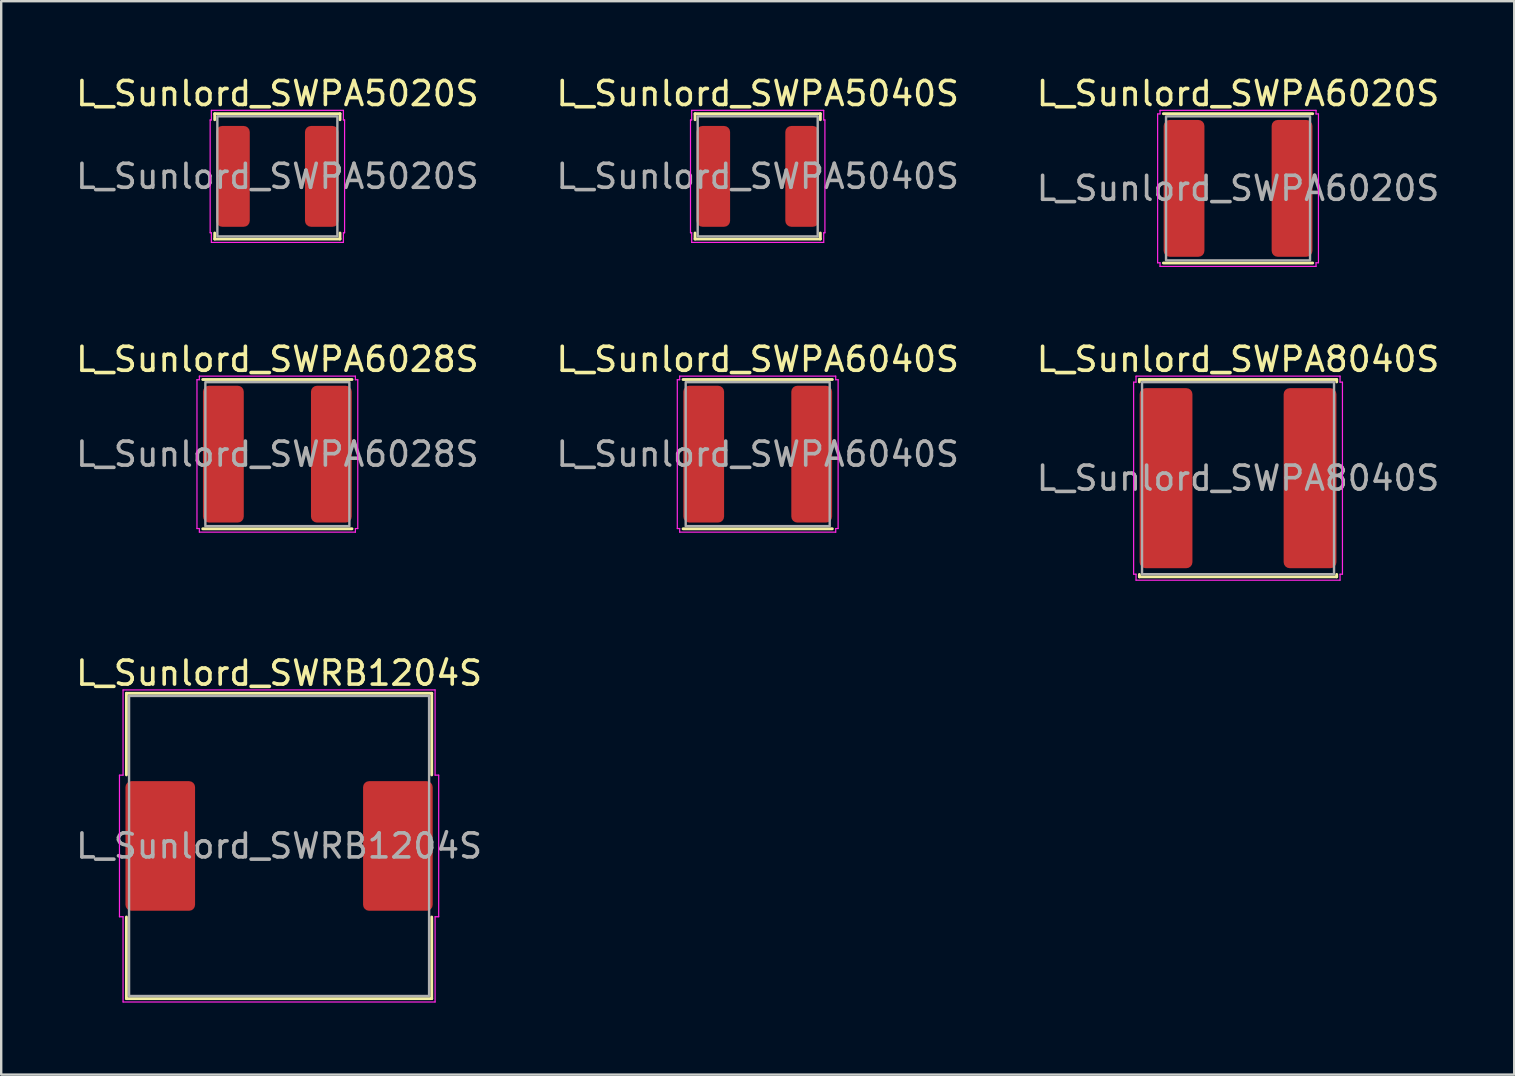
<source format=kicad_pcb>
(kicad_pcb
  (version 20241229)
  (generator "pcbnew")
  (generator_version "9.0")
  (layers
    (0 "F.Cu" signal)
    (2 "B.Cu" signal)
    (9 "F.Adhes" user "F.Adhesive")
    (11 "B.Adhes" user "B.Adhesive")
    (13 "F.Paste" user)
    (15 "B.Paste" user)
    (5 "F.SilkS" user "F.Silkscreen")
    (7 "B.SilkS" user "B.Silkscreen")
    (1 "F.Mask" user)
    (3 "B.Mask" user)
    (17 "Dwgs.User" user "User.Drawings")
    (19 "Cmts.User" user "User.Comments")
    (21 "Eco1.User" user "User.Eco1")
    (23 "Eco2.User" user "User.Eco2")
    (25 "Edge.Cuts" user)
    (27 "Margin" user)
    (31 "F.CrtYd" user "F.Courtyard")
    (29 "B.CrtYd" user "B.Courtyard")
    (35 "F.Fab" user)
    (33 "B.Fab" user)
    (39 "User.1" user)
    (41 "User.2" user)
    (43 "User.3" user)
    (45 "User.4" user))
  (footprint "L_Sunlord_SWPA6020S"
    (layer "F.Cu")
    (at 48.53 4.798)
    (property "Reference" "L_Sunlord_SWPA6020S" (at 0 -3.95 0) (layer "F.SilkS") (effects (font (size 1 1) (thickness 0.15))))
    (attr smd)
    (fp_line (start -3.11 -3.11) (end 3.11 -3.11) (stroke (width 0.12) (type solid)) (layer "F.SilkS"))
    (fp_line (start 3.11 3.11) (end -3.11 3.11) (stroke (width 0.12) (type solid)) (layer "F.SilkS"))
    (fp_line (start -3.35 -3.1) (end -3.25 -3.1) (stroke (width 0.05) (type solid)) (layer "F.CrtYd"))
    (fp_line (start -3.35 3.1) (end -3.35 -3.1) (stroke (width 0.05) (type solid)) (layer "F.CrtYd"))
    (fp_line (start -3.25 -3.25) (end 3.25 -3.25) (stroke (width 0.05) (type solid)) (layer "F.CrtYd"))
    (fp_line (start -3.25 -3.1) (end -3.25 -3.25) (stroke (width 0.05) (type solid)) (layer "F.CrtYd"))
    (fp_line (start -3.25 3.1) (end -3.35 3.1) (stroke (width 0.05) (type solid)) (layer "F.CrtYd"))
    (fp_line (start -3.25 3.25) (end -3.25 3.1) (stroke (width 0.05) (type solid)) (layer "F.CrtYd"))
    (fp_line (start 3.25 -3.25) (end 3.25 -3.1) (stroke (width 0.05) (type solid)) (layer "F.CrtYd"))
    (fp_line (start 3.25 -3.1) (end 3.35 -3.1) (stroke (width 0.05) (type solid)) (layer "F.CrtYd"))
    (fp_line (start 3.25 3.1) (end 3.25 3.25) (stroke (width 0.05) (type solid)) (layer "F.CrtYd"))
    (fp_line (start 3.25 3.25) (end -3.25 3.25) (stroke (width 0.05) (type solid)) (layer "F.CrtYd"))
    (fp_line (start 3.35 -3.1) (end 3.35 3.1) (stroke (width 0.05) (type solid)) (layer "F.CrtYd"))
    (fp_line (start 3.35 3.1) (end 3.25 3.1) (stroke (width 0.05) (type solid)) (layer "F.CrtYd"))
    (fp_rect (start -3 -3) (end 3 3) (stroke (width 0.1) (type solid)) (fill no) (layer "F.Fab"))
    (fp_text user "${REFERENCE}" (at 0 0 0) (layer "F.Fab") (effects (font (size 1 1) (thickness 0.15))))
    (pad "1" smd roundrect (at -2.25 0) (size 1.7 5.7) (layers "F.Cu" "F.Mask" "F.Paste") (roundrect_rratio 0.147))
    (pad "2" smd roundrect (at 2.25 0) (size 1.7 5.7) (layers "F.Cu" "F.Mask" "F.Paste") (roundrect_rratio 0.147)))
  (footprint "L_Sunlord_SWRB1204S"
    (layer "F.Cu")
    (at 8.577 32.195)
    (property "Reference" "L_Sunlord_SWRB1204S" (at 0 -7.2 0) (layer "F.SilkS") (effects (font (size 1 1) (thickness 0.15))))
    (attr smd)
    (fp_line (start -6.36 -6.36) (end 6.36 -6.36) (stroke (width 0.12) (type solid)) (layer "F.SilkS"))
    (fp_line (start -6.36 -2.96) (end -6.36 -6.36) (stroke (width 0.12) (type solid)) (layer "F.SilkS"))
    (fp_line (start -6.36 6.36) (end -6.36 2.96) (stroke (width 0.12) (type solid)) (layer "F.SilkS"))
    (fp_line (start 6.36 -6.36) (end 6.36 -2.96) (stroke (width 0.12) (type solid)) (layer "F.SilkS"))
    (fp_line (start 6.36 2.96) (end 6.36 6.36) (stroke (width 0.12) (type solid)) (layer "F.SilkS"))
    (fp_line (start 6.36 6.36) (end -6.36 6.36) (stroke (width 0.12) (type solid)) (layer "F.SilkS"))
    (fp_line (start -6.65 -2.95) (end -6.5 -2.95) (stroke (width 0.05) (type solid)) (layer "F.CrtYd"))
    (fp_line (start -6.65 2.95) (end -6.65 -2.95) (stroke (width 0.05) (type solid)) (layer "F.CrtYd"))
    (fp_line (start -6.5 -6.5) (end 6.5 -6.5) (stroke (width 0.05) (type solid)) (layer "F.CrtYd"))
    (fp_line (start -6.5 -2.95) (end -6.5 -6.5) (stroke (width 0.05) (type solid)) (layer "F.CrtYd"))
    (fp_line (start -6.5 2.95) (end -6.65 2.95) (stroke (width 0.05) (type solid)) (layer "F.CrtYd"))
    (fp_line (start -6.5 6.5) (end -6.5 2.95) (stroke (width 0.05) (type solid)) (layer "F.CrtYd"))
    (fp_line (start 6.5 -6.5) (end 6.5 -2.95) (stroke (width 0.05) (type solid)) (layer "F.CrtYd"))
    (fp_line (start 6.5 -2.95) (end 6.65 -2.95) (stroke (width 0.05) (type solid)) (layer "F.CrtYd"))
    (fp_line (start 6.5 2.95) (end 6.5 6.5) (stroke (width 0.05) (type solid)) (layer "F.CrtYd"))
    (fp_line (start 6.5 6.5) (end -6.5 6.5) (stroke (width 0.05) (type solid)) (layer "F.CrtYd"))
    (fp_line (start 6.65 -2.95) (end 6.65 2.95) (stroke (width 0.05) (type solid)) (layer "F.CrtYd"))
    (fp_line (start 6.65 2.95) (end 6.5 2.95) (stroke (width 0.05) (type solid)) (layer "F.CrtYd"))
    (fp_rect (start -6.25 -6.25) (end 6.25 6.25) (stroke (width 0.1) (type solid)) (fill no) (layer "F.Fab"))
    (fp_text user "${REFERENCE}" (at 0 0 0) (layer "F.Fab") (effects (font (size 1 1) (thickness 0.15))))
    (pad "1" smd roundrect (at -4.95 0) (size 2.9 5.4) (layers "F.Cu" "F.Mask" "F.Paste") (roundrect_rratio 0.086))
    (pad "2" smd roundrect (at 4.95 0) (size 2.9 5.4) (layers "F.Cu" "F.Mask" "F.Paste") (roundrect_rratio 0.086)))
  (footprint "L_Sunlord_SWPA8040S"
    (layer "F.Cu")
    (at 48.53 16.872)
    (property "Reference" "L_Sunlord_SWPA8040S" (at 0 -4.95 0) (layer "F.SilkS") (effects (font (size 1 1) (thickness 0.15))))
    (attr smd)
    (fp_line (start -4.11 -4.11) (end 4.11 -4.11) (stroke (width 0.12) (type solid)) (layer "F.SilkS"))
    (fp_line (start -4.11 -4.01) (end -4.11 -4.11) (stroke (width 0.12) (type solid)) (layer "F.SilkS"))
    (fp_line (start -4.11 4.11) (end -4.11 4.01) (stroke (width 0.12) (type solid)) (layer "F.SilkS"))
    (fp_line (start 4.11 -4.11) (end 4.11 -4.01) (stroke (width 0.12) (type solid)) (layer "F.SilkS"))
    (fp_line (start 4.11 4.01) (end 4.11 4.11) (stroke (width 0.12) (type solid)) (layer "F.SilkS"))
    (fp_line (start 4.11 4.11) (end -4.11 4.11) (stroke (width 0.12) (type solid)) (layer "F.SilkS"))
    (fp_line (start -4.35 -4) (end -4.25 -4) (stroke (width 0.05) (type solid)) (layer "F.CrtYd"))
    (fp_line (start -4.35 4) (end -4.35 -4) (stroke (width 0.05) (type solid)) (layer "F.CrtYd"))
    (fp_line (start -4.25 -4.25) (end 4.25 -4.25) (stroke (width 0.05) (type solid)) (layer "F.CrtYd"))
    (fp_line (start -4.25 -4) (end -4.25 -4.25) (stroke (width 0.05) (type solid)) (layer "F.CrtYd"))
    (fp_line (start -4.25 4) (end -4.35 4) (stroke (width 0.05) (type solid)) (layer "F.CrtYd"))
    (fp_line (start -4.25 4.25) (end -4.25 4) (stroke (width 0.05) (type solid)) (layer "F.CrtYd"))
    (fp_line (start 4.25 -4.25) (end 4.25 -4) (stroke (width 0.05) (type solid)) (layer "F.CrtYd"))
    (fp_line (start 4.25 -4) (end 4.35 -4) (stroke (width 0.05) (type solid)) (layer "F.CrtYd"))
    (fp_line (start 4.25 4) (end 4.25 4.25) (stroke (width 0.05) (type solid)) (layer "F.CrtYd"))
    (fp_line (start 4.25 4.25) (end -4.25 4.25) (stroke (width 0.05) (type solid)) (layer "F.CrtYd"))
    (fp_line (start 4.35 -4) (end 4.35 4) (stroke (width 0.05) (type solid)) (layer "F.CrtYd"))
    (fp_line (start 4.35 4) (end 4.25 4) (stroke (width 0.05) (type solid)) (layer "F.CrtYd"))
    (fp_rect (start -4 -4) (end 4 4) (stroke (width 0.1) (type solid)) (fill no) (layer "F.Fab"))
    (fp_text user "${REFERENCE}" (at 0 0 0) (layer "F.Fab") (effects (font (size 1 1) (thickness 0.15))))
    (pad "1" smd roundrect (at -3 0) (size 2.2 7.5) (layers "F.Cu" "F.Mask" "F.Paste") (roundrect_rratio 0.114))
    (pad "2" smd roundrect (at 3 0) (size 2.2 7.5) (layers "F.Cu" "F.Mask" "F.Paste") (roundrect_rratio 0.114)))
  (footprint "L_Sunlord_SWPA6028S"
    (layer "F.Cu")
    (at 8.506 15.871)
    (property "Reference" "L_Sunlord_SWPA6028S" (at 0 -3.95 0) (layer "F.SilkS") (effects (font (size 1 1) (thickness 0.15))))
    (attr smd)
    (fp_line (start -3.11 -3.11) (end 3.11 -3.11) (stroke (width 0.12) (type solid)) (layer "F.SilkS"))
    (fp_line (start 3.11 3.11) (end -3.11 3.11) (stroke (width 0.12) (type solid)) (layer "F.SilkS"))
    (fp_line (start -3.35 -3.1) (end -3.25 -3.1) (stroke (width 0.05) (type solid)) (layer "F.CrtYd"))
    (fp_line (start -3.35 3.1) (end -3.35 -3.1) (stroke (width 0.05) (type solid)) (layer "F.CrtYd"))
    (fp_line (start -3.25 -3.25) (end 3.25 -3.25) (stroke (width 0.05) (type solid)) (layer "F.CrtYd"))
    (fp_line (start -3.25 -3.1) (end -3.25 -3.25) (stroke (width 0.05) (type solid)) (layer "F.CrtYd"))
    (fp_line (start -3.25 3.1) (end -3.35 3.1) (stroke (width 0.05) (type solid)) (layer "F.CrtYd"))
    (fp_line (start -3.25 3.25) (end -3.25 3.1) (stroke (width 0.05) (type solid)) (layer "F.CrtYd"))
    (fp_line (start 3.25 -3.25) (end 3.25 -3.1) (stroke (width 0.05) (type solid)) (layer "F.CrtYd"))
    (fp_line (start 3.25 -3.1) (end 3.35 -3.1) (stroke (width 0.05) (type solid)) (layer "F.CrtYd"))
    (fp_line (start 3.25 3.1) (end 3.25 3.25) (stroke (width 0.05) (type solid)) (layer "F.CrtYd"))
    (fp_line (start 3.25 3.25) (end -3.25 3.25) (stroke (width 0.05) (type solid)) (layer "F.CrtYd"))
    (fp_line (start 3.35 -3.1) (end 3.35 3.1) (stroke (width 0.05) (type solid)) (layer "F.CrtYd"))
    (fp_line (start 3.35 3.1) (end 3.25 3.1) (stroke (width 0.05) (type solid)) (layer "F.CrtYd"))
    (fp_rect (start -3 -3) (end 3 3) (stroke (width 0.1) (type solid)) (fill no) (layer "F.Fab"))
    (fp_text user "${REFERENCE}" (at 0 0 0) (layer "F.Fab") (effects (font (size 1 1) (thickness 0.15))))
    (pad "1" smd roundrect (at -2.25 0) (size 1.7 5.7) (layers "F.Cu" "F.Mask" "F.Paste") (roundrect_rratio 0.147))
    (pad "2" smd roundrect (at 2.25 0) (size 1.7 5.7) (layers "F.Cu" "F.Mask" "F.Paste") (roundrect_rratio 0.147)))
  (footprint "L_Sunlord_SWPA5040S"
    (layer "F.Cu")
    (at 28.518 4.298)
    (property "Reference" "L_Sunlord_SWPA5040S" (at 0 -3.45 0) (layer "F.SilkS") (effects (font (size 1 1) (thickness 0.15))))
    (attr smd)
    (fp_line (start -2.61 -2.61) (end 2.61 -2.61) (stroke (width 0.12) (type solid)) (layer "F.SilkS"))
    (fp_line (start -2.61 -2.36) (end -2.61 -2.61) (stroke (width 0.12) (type solid)) (layer "F.SilkS"))
    (fp_line (start -2.61 2.61) (end -2.61 2.36) (stroke (width 0.12) (type solid)) (layer "F.SilkS"))
    (fp_line (start 2.61 -2.61) (end 2.61 -2.36) (stroke (width 0.12) (type solid)) (layer "F.SilkS"))
    (fp_line (start 2.61 2.36) (end 2.61 2.61) (stroke (width 0.12) (type solid)) (layer "F.SilkS"))
    (fp_line (start 2.61 2.61) (end -2.61 2.61) (stroke (width 0.12) (type solid)) (layer "F.SilkS"))
    (fp_line (start -2.8 -2.35) (end -2.75 -2.35) (stroke (width 0.05) (type solid)) (layer "F.CrtYd"))
    (fp_line (start -2.8 2.35) (end -2.8 -2.35) (stroke (width 0.05) (type solid)) (layer "F.CrtYd"))
    (fp_line (start -2.75 -2.75) (end 2.75 -2.75) (stroke (width 0.05) (type solid)) (layer "F.CrtYd"))
    (fp_line (start -2.75 -2.35) (end -2.75 -2.75) (stroke (width 0.05) (type solid)) (layer "F.CrtYd"))
    (fp_line (start -2.75 2.35) (end -2.8 2.35) (stroke (width 0.05) (type solid)) (layer "F.CrtYd"))
    (fp_line (start -2.75 2.75) (end -2.75 2.35) (stroke (width 0.05) (type solid)) (layer "F.CrtYd"))
    (fp_line (start 2.75 -2.75) (end 2.75 -2.35) (stroke (width 0.05) (type solid)) (layer "F.CrtYd"))
    (fp_line (start 2.75 -2.35) (end 2.8 -2.35) (stroke (width 0.05) (type solid)) (layer "F.CrtYd"))
    (fp_line (start 2.75 2.35) (end 2.75 2.75) (stroke (width 0.05) (type solid)) (layer "F.CrtYd"))
    (fp_line (start 2.75 2.75) (end -2.75 2.75) (stroke (width 0.05) (type solid)) (layer "F.CrtYd"))
    (fp_line (start 2.8 -2.35) (end 2.8 2.35) (stroke (width 0.05) (type solid)) (layer "F.CrtYd"))
    (fp_line (start 2.8 2.35) (end 2.75 2.35) (stroke (width 0.05) (type solid)) (layer "F.CrtYd"))
    (fp_rect (start -2.5 -2.5) (end 2.5 2.5) (stroke (width 0.1) (type solid)) (fill no) (layer "F.Fab"))
    (fp_text user "${REFERENCE}" (at 0 0 0) (layer "F.Fab") (effects (font (size 1 1) (thickness 0.15))))
    (pad "1" smd roundrect (at -1.85 0) (size 1.4 4.2) (layers "F.Cu" "F.Mask" "F.Paste") (roundrect_rratio 0.179))
    (pad "2" smd roundrect (at 1.85 0) (size 1.4 4.2) (layers "F.Cu" "F.Mask" "F.Paste") (roundrect_rratio 0.179)))
  (footprint "L_Sunlord_SWPA5020S"
    (layer "F.Cu")
    (at 8.506 4.298)
    (property "Reference" "L_Sunlord_SWPA5020S" (at 0 -3.45 0) (layer "F.SilkS") (effects (font (size 1 1) (thickness 0.15))))
    (attr smd)
    (fp_line (start -2.61 -2.61) (end 2.61 -2.61) (stroke (width 0.12) (type solid)) (layer "F.SilkS"))
    (fp_line (start -2.61 -2.36) (end -2.61 -2.61) (stroke (width 0.12) (type solid)) (layer "F.SilkS"))
    (fp_line (start -2.61 2.61) (end -2.61 2.36) (stroke (width 0.12) (type solid)) (layer "F.SilkS"))
    (fp_line (start 2.61 -2.61) (end 2.61 -2.36) (stroke (width 0.12) (type solid)) (layer "F.SilkS"))
    (fp_line (start 2.61 2.36) (end 2.61 2.61) (stroke (width 0.12) (type solid)) (layer "F.SilkS"))
    (fp_line (start 2.61 2.61) (end -2.61 2.61) (stroke (width 0.12) (type solid)) (layer "F.SilkS"))
    (fp_line (start -2.8 -2.35) (end -2.75 -2.35) (stroke (width 0.05) (type solid)) (layer "F.CrtYd"))
    (fp_line (start -2.8 2.35) (end -2.8 -2.35) (stroke (width 0.05) (type solid)) (layer "F.CrtYd"))
    (fp_line (start -2.75 -2.75) (end 2.75 -2.75) (stroke (width 0.05) (type solid)) (layer "F.CrtYd"))
    (fp_line (start -2.75 -2.35) (end -2.75 -2.75) (stroke (width 0.05) (type solid)) (layer "F.CrtYd"))
    (fp_line (start -2.75 2.35) (end -2.8 2.35) (stroke (width 0.05) (type solid)) (layer "F.CrtYd"))
    (fp_line (start -2.75 2.75) (end -2.75 2.35) (stroke (width 0.05) (type solid)) (layer "F.CrtYd"))
    (fp_line (start 2.75 -2.75) (end 2.75 -2.35) (stroke (width 0.05) (type solid)) (layer "F.CrtYd"))
    (fp_line (start 2.75 -2.35) (end 2.8 -2.35) (stroke (width 0.05) (type solid)) (layer "F.CrtYd"))
    (fp_line (start 2.75 2.35) (end 2.75 2.75) (stroke (width 0.05) (type solid)) (layer "F.CrtYd"))
    (fp_line (start 2.75 2.75) (end -2.75 2.75) (stroke (width 0.05) (type solid)) (layer "F.CrtYd"))
    (fp_line (start 2.8 -2.35) (end 2.8 2.35) (stroke (width 0.05) (type solid)) (layer "F.CrtYd"))
    (fp_line (start 2.8 2.35) (end 2.75 2.35) (stroke (width 0.05) (type solid)) (layer "F.CrtYd"))
    (fp_rect (start -2.5 -2.5) (end 2.5 2.5) (stroke (width 0.1) (type solid)) (fill no) (layer "F.Fab"))
    (fp_text user "${REFERENCE}" (at 0 0 0) (layer "F.Fab") (effects (font (size 1 1) (thickness 0.15))))
    (pad "1" smd roundrect (at -1.85 0) (size 1.4 4.2) (layers "F.Cu" "F.Mask" "F.Paste") (roundrect_rratio 0.179))
    (pad "2" smd roundrect (at 1.85 0) (size 1.4 4.2) (layers "F.Cu" "F.Mask" "F.Paste") (roundrect_rratio 0.179)))
  (footprint "L_Sunlord_SWPA6040S"
    (layer "F.Cu")
    (at 28.518 15.871)
    (property "Reference" "L_Sunlord_SWPA6040S" (at 0 -3.95 0) (layer "F.SilkS") (effects (font (size 1 1) (thickness 0.15))))
    (attr smd)
    (fp_line (start -3.11 -3.11) (end 3.11 -3.11) (stroke (width 0.12) (type solid)) (layer "F.SilkS"))
    (fp_line (start 3.11 3.11) (end -3.11 3.11) (stroke (width 0.12) (type solid)) (layer "F.SilkS"))
    (fp_line (start -3.35 -3.1) (end -3.25 -3.1) (stroke (width 0.05) (type solid)) (layer "F.CrtYd"))
    (fp_line (start -3.35 3.1) (end -3.35 -3.1) (stroke (width 0.05) (type solid)) (layer "F.CrtYd"))
    (fp_line (start -3.25 -3.25) (end 3.25 -3.25) (stroke (width 0.05) (type solid)) (layer "F.CrtYd"))
    (fp_line (start -3.25 -3.1) (end -3.25 -3.25) (stroke (width 0.05) (type solid)) (layer "F.CrtYd"))
    (fp_line (start -3.25 3.1) (end -3.35 3.1) (stroke (width 0.05) (type solid)) (layer "F.CrtYd"))
    (fp_line (start -3.25 3.25) (end -3.25 3.1) (stroke (width 0.05) (type solid)) (layer "F.CrtYd"))
    (fp_line (start 3.25 -3.25) (end 3.25 -3.1) (stroke (width 0.05) (type solid)) (layer "F.CrtYd"))
    (fp_line (start 3.25 -3.1) (end 3.35 -3.1) (stroke (width 0.05) (type solid)) (layer "F.CrtYd"))
    (fp_line (start 3.25 3.1) (end 3.25 3.25) (stroke (width 0.05) (type solid)) (layer "F.CrtYd"))
    (fp_line (start 3.25 3.25) (end -3.25 3.25) (stroke (width 0.05) (type solid)) (layer "F.CrtYd"))
    (fp_line (start 3.35 -3.1) (end 3.35 3.1) (stroke (width 0.05) (type solid)) (layer "F.CrtYd"))
    (fp_line (start 3.35 3.1) (end 3.25 3.1) (stroke (width 0.05) (type solid)) (layer "F.CrtYd"))
    (fp_rect (start -3 -3) (end 3 3) (stroke (width 0.1) (type solid)) (fill no) (layer "F.Fab"))
    (fp_text user "${REFERENCE}" (at 0 0 0) (layer "F.Fab") (effects (font (size 1 1) (thickness 0.15))))
    (pad "1" smd roundrect (at -2.25 0) (size 1.7 5.7) (layers "F.Cu" "F.Mask" "F.Paste") (roundrect_rratio 0.147))
    (pad "2" smd roundrect (at 2.25 0) (size 1.7 5.7) (layers "F.Cu" "F.Mask" "F.Paste") (roundrect_rratio 0.147)))
  (gr_rect
    (start -3 -3)
    (end 60.036 41.72)
    (stroke (width 0.1) (type default))
    (fill no)
    (layer "Edge.Cuts")))
</source>
